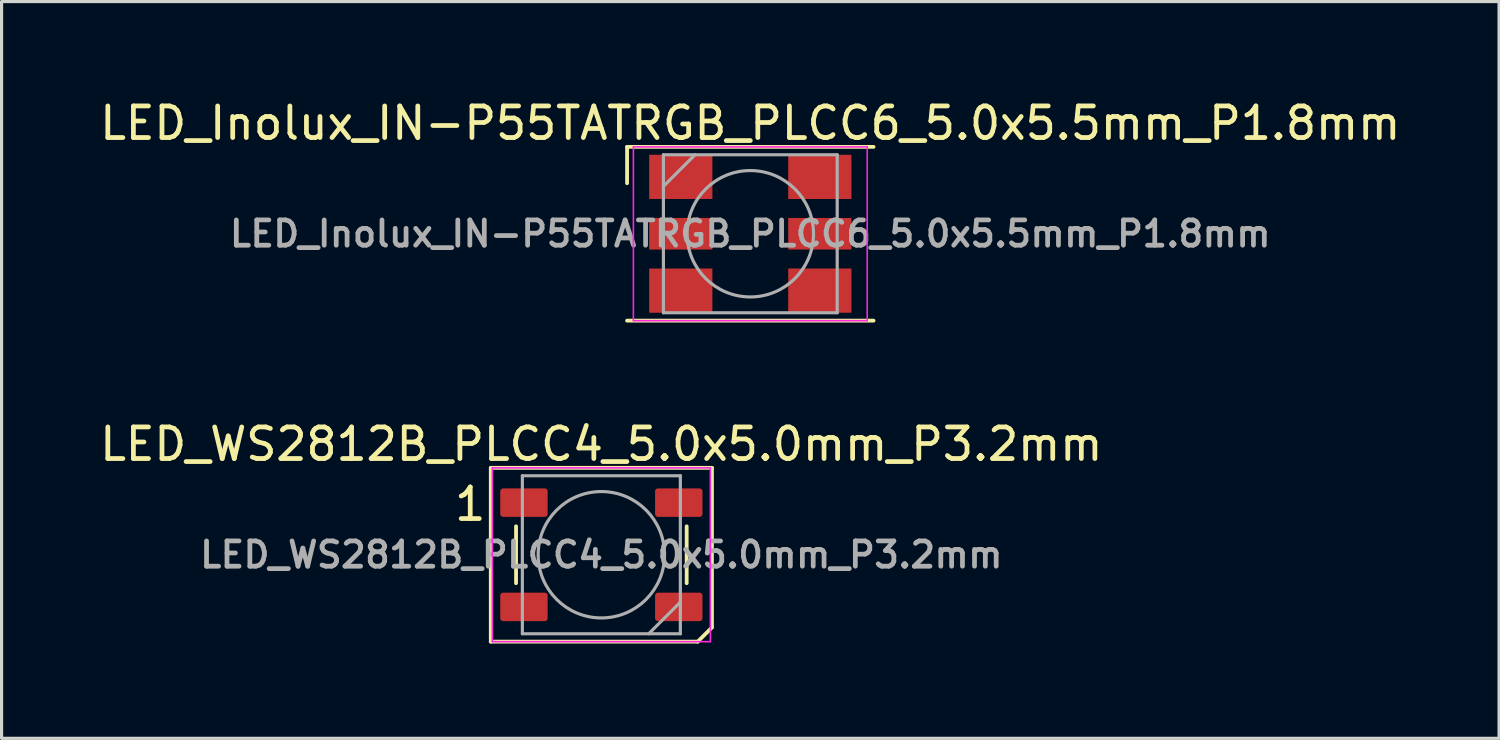
<source format=kicad_pcb>
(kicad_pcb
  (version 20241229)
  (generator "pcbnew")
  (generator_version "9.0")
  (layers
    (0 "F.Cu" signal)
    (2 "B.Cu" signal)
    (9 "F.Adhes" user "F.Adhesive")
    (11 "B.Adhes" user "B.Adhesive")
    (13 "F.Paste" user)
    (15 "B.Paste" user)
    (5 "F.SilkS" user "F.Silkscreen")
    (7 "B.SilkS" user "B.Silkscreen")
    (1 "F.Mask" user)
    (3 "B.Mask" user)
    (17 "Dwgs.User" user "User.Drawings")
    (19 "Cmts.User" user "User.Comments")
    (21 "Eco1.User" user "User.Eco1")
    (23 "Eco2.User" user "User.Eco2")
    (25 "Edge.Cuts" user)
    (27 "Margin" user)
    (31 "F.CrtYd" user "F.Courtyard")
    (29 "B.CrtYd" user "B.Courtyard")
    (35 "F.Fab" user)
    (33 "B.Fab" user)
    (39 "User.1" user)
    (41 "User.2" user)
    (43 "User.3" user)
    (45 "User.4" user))
  (footprint "LED_Inolux_IN-P55TATRGB_PLCC6_5.0x5.5mm_P1.8mm"
    (layer "F.Cu")
    (at 20.696 4.348)
    (property "Reference" "LED_Inolux_IN-P55TATRGB_PLCC6_5.0x5.5mm_P1.8mm" (at 0 -3.5 0) (layer "F.SilkS") (effects (font (size 1 1) (thickness 0.15))))
    (attr smd)
    (fp_line (start -3.9 -2.75) (end 3.9 -2.75) (stroke (width 0.12) (type solid)) (layer "F.SilkS"))
    (fp_line (start -3.9 -1.6) (end -3.9 -2.75) (stroke (width 0.12) (type solid)) (layer "F.SilkS"))
    (fp_line (start -3.9 2.75) (end 3.9 2.75) (stroke (width 0.12) (type solid)) (layer "F.SilkS"))
    (fp_line (start -3.7 -2.75) (end -3.7 2.75) (stroke (width 0.05) (type solid)) (layer "F.CrtYd"))
    (fp_line (start -3.7 2.75) (end 3.7 2.75) (stroke (width 0.05) (type solid)) (layer "F.CrtYd"))
    (fp_line (start 3.7 -2.75) (end -3.7 -2.75) (stroke (width 0.05) (type solid)) (layer "F.CrtYd"))
    (fp_line (start 3.7 2.75) (end 3.7 -2.75) (stroke (width 0.05) (type solid)) (layer "F.CrtYd"))
    (fp_line (start -2.75 -2.5) (end 2.75 -2.5) (stroke (width 0.1) (type solid)) (layer "F.Fab"))
    (fp_line (start -2.75 -1.5) (end -1.75 -2.5) (stroke (width 0.1) (type solid)) (layer "F.Fab"))
    (fp_line (start -2.75 2.5) (end -2.75 -2.5) (stroke (width 0.1) (type solid)) (layer "F.Fab"))
    (fp_line (start 2.75 -2.5) (end 2.75 2.5) (stroke (width 0.1) (type solid)) (layer "F.Fab"))
    (fp_line (start 2.75 2.5) (end -2.75 2.5) (stroke (width 0.1) (type solid)) (layer "F.Fab"))
    (fp_circle (center 0 0) (end 0 -2) (stroke (width 0.1) (type solid)) (fill no) (layer "F.Fab"))
    (fp_text user "${REFERENCE}" (at 0 0 0) (layer "F.Fab") (effects (font (size 0.8 0.8) (thickness 0.15))))
    (pad "1" smd rect (at -2.2 -1.8) (size 2 1.4) (layers "F.Cu" "F.Mask" "F.Paste"))
    (pad "2" smd rect (at 2.2 -1.8) (size 2 1.4) (layers "F.Cu" "F.Mask" "F.Paste"))
    (pad "3" smd rect (at -2.2 0) (size 2 1) (layers "F.Cu" "F.Mask" "F.Paste"))
    (pad "4" smd rect (at 2.2 0) (size 2 1) (layers "F.Cu" "F.Mask" "F.Paste"))
    (pad "5" smd rect (at -2.2 1.8) (size 2 1.4) (layers "F.Cu" "F.Mask" "F.Paste"))
    (pad "6" smd rect (at 2.2 1.8) (size 2 1.4) (layers "F.Cu" "F.Mask" "F.Paste")))
  (footprint "LED_WS2812B_PLCC4_5.0x5.0mm_P3.2mm"
    (layer "F.Cu")
    (at 15.982 14.507)
    (property "Reference" "LED_WS2812B_PLCC4_5.0x5.0mm_P3.2mm" (at 0 -3.5 0) (layer "F.SilkS") (effects (font (size 1 1) (thickness 0.15))))
    (attr smd)
    (fp_line (start -3.5 -2.75) (end -3.5 2.75) (stroke (width 0.12) (type default)) (layer "F.SilkS"))
    (fp_line (start -3.5 -2.75) (end 3.5 -2.75) (stroke (width 0.12) (type solid)) (layer "F.SilkS"))
    (fp_line (start -3.5 2.75) (end 3.05 2.75) (stroke (width 0.12) (type solid)) (layer "F.SilkS"))
    (fp_line (start -2.7 0.9) (end -2.7 -0.9) (stroke (width 0.12) (type default)) (layer "F.SilkS"))
    (fp_line (start 2.7 0.9) (end 2.7 -0.9) (stroke (width 0.12) (type default)) (layer "F.SilkS"))
    (fp_line (start 3.05 2.75) (end 3.5 2.3) (stroke (width 0.12) (type default)) (layer "F.SilkS"))
    (fp_line (start 3.5 2.3) (end 3.5 -2.75) (stroke (width 0.12) (type default)) (layer "F.SilkS"))
    (fp_line (start -3.45 -2.75) (end -3.45 2.75) (stroke (width 0.05) (type solid)) (layer "F.CrtYd"))
    (fp_line (start -3.45 2.75) (end 3.45 2.75) (stroke (width 0.05) (type solid)) (layer "F.CrtYd"))
    (fp_line (start 3.45 -2.75) (end -3.45 -2.75) (stroke (width 0.05) (type solid)) (layer "F.CrtYd"))
    (fp_line (start 3.45 2.75) (end 3.45 -2.75) (stroke (width 0.05) (type solid)) (layer "F.CrtYd"))
    (fp_line (start -2.5 -2.5) (end -2.5 2.5) (stroke (width 0.1) (type solid)) (layer "F.Fab"))
    (fp_line (start -2.5 2.5) (end 2.5 2.5) (stroke (width 0.1) (type solid)) (layer "F.Fab"))
    (fp_line (start 2.5 -2.5) (end -2.5 -2.5) (stroke (width 0.1) (type solid)) (layer "F.Fab"))
    (fp_line (start 2.5 1.5) (end 1.5 2.5) (stroke (width 0.1) (type solid)) (layer "F.Fab"))
    (fp_line (start 2.5 2.5) (end 2.5 -2.5) (stroke (width 0.1) (type solid)) (layer "F.Fab"))
    (fp_circle (center 0 0) (end 0 -2) (stroke (width 0.1) (type solid)) (fill no) (layer "F.Fab"))
    (fp_text user "1" (at -4.15 -1.6 0) (layer "F.SilkS") (effects (font (size 1 1) (thickness 0.15))))
    (fp_text user "${REFERENCE}" (at 0 0 0) (layer "F.Fab") (effects (font (size 0.8 0.8) (thickness 0.15))))
    (pad "1" smd roundrect (at 2.45 1.65) (size 1.5 0.9) (layers "F.Cu" "F.Mask" "F.Paste") (roundrect_rratio 0.1))
    (pad "2" smd roundrect (at 2.45 -1.65) (size 1.5 0.9) (layers "F.Cu" "F.Mask" "F.Paste") (roundrect_rratio 0.1))
    (pad "3" smd roundrect (at -2.45 -1.65) (size 1.5 0.9) (layers "F.Cu" "F.Mask" "F.Paste") (roundrect_rratio 0.1))
    (pad "4" smd roundrect (at -2.45 1.65) (size 1.5 0.9) (layers "F.Cu" "F.Mask" "F.Paste") (roundrect_rratio 0.1)))
  (gr_rect
    (start -3 -3)
    (end 44.393 20.317)
    (stroke (width 0.1) (type default))
    (fill no)
    (layer "Edge.Cuts")))
</source>
